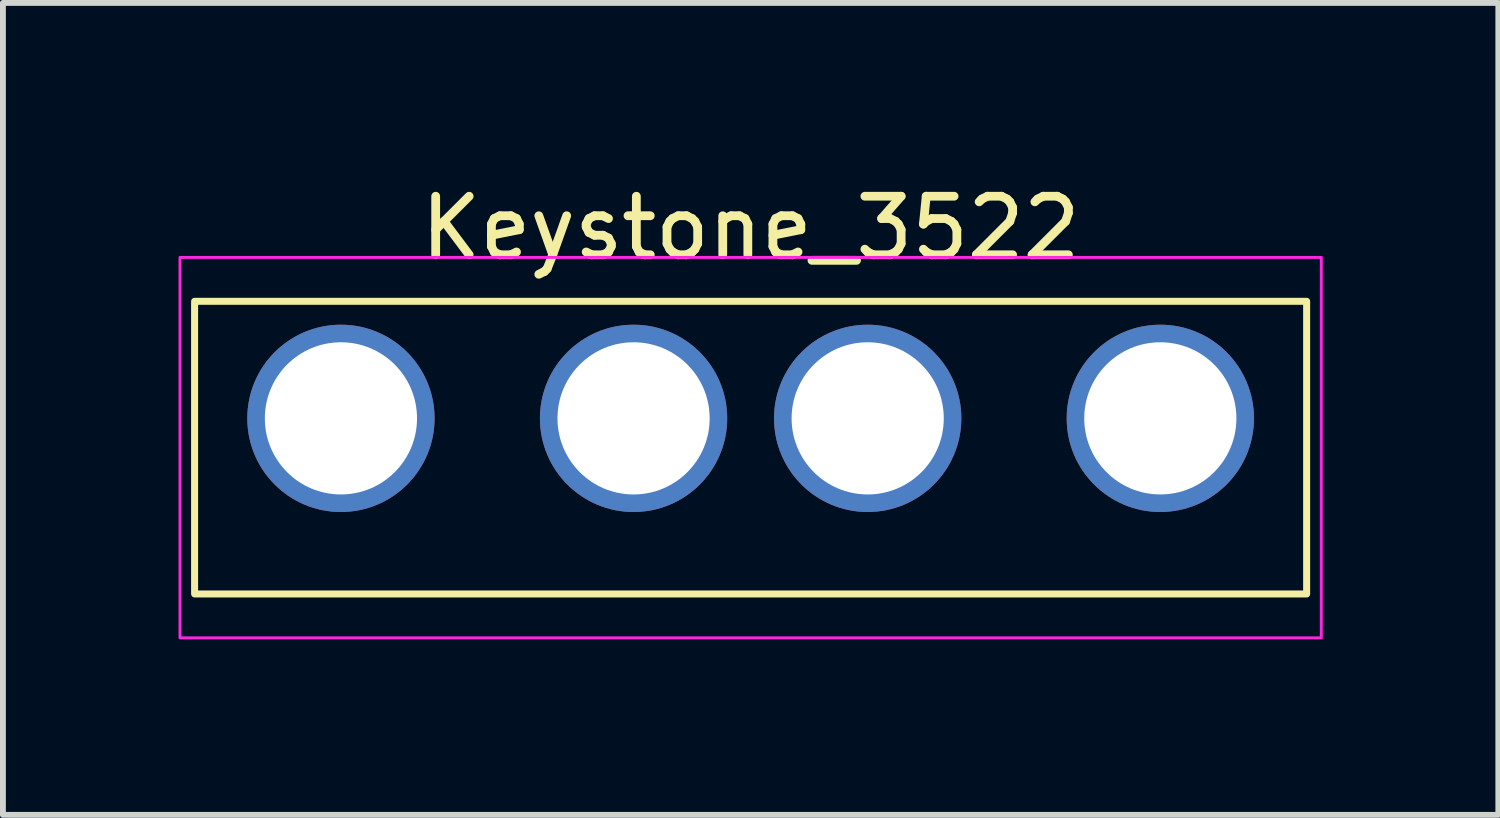
<source format=kicad_pcb>
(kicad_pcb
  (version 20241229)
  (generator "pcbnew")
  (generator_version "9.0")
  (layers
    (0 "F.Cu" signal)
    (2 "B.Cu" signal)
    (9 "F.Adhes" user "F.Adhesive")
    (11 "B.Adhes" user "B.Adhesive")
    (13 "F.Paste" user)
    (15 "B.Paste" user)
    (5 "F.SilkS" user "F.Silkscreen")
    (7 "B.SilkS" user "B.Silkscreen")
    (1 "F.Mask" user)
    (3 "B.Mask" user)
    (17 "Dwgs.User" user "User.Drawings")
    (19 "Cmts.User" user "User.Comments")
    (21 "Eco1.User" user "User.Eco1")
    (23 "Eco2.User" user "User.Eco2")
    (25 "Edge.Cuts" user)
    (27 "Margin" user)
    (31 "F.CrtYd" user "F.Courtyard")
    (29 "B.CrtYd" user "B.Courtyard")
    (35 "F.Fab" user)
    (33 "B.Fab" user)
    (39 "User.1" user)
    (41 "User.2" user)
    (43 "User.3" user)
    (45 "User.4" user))
  (footprint "Keystone_3522"
    (layer "F.Cu")
    (at 9.775 4.598)
    (property "Reference" "Keystone_3522" (at 0 -3.75 0) (unlocked yes) (layer "F.SilkS") (effects (font (size 1 1) (thickness 0.15))))
    (attr through_hole)
    (fp_rect (start -9.5 -2.5) (end 9.5 2.5) (stroke (width 0.12) (type solid)) (fill no) (layer "F.SilkS"))
    (fp_rect (start -9.75 -3.25) (end 9.75 3.25) (stroke (width 0.05) (type solid)) (fill no) (layer "F.CrtYd"))
    (pad "1" thru_hole circle (at -7 -0.5) (size 3.2 3.2) (drill 2.6) (layers "*.Cu" "*.Mask"))
    (pad "1" thru_hole circle (at -2 -0.5) (size 3.2 3.2) (drill 2.6) (layers "*.Cu" "*.Mask"))
    (pad "2" thru_hole circle (at 2 -0.5) (size 3.2 3.2) (drill 2.6) (layers "*.Cu" "*.Mask"))
    (pad "2" thru_hole circle (at 7 -0.5) (size 3.2 3.2) (drill 2.6) (layers "*.Cu" "*.Mask")))
  (gr_rect
    (start -3 -3)
    (end 22.55 10.873)
    (stroke (width 0.1) (type default))
    (fill no)
    (layer "Edge.Cuts")))
</source>
